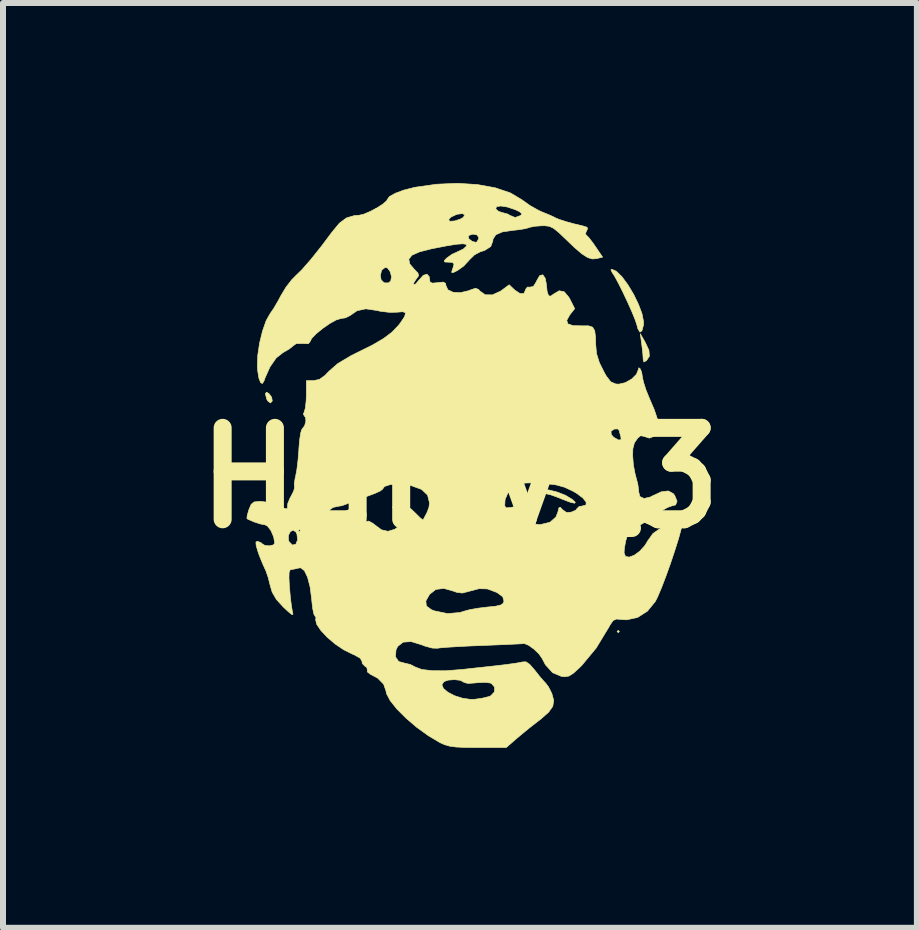
<source format=kicad_pcb>
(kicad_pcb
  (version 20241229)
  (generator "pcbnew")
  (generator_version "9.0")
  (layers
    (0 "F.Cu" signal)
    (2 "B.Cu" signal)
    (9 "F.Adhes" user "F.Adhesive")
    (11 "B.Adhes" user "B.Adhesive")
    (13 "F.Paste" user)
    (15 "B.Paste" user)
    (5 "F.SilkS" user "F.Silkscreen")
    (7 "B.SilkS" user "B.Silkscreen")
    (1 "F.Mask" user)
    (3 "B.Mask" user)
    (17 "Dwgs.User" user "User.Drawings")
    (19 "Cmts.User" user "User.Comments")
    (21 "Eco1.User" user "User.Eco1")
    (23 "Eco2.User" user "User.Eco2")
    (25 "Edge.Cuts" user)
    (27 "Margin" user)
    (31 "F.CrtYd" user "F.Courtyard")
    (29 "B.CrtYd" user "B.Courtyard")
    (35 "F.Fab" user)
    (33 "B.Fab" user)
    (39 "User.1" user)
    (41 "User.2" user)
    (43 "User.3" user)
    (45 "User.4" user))
  (footprint "Harry_3"
    (layer "F.Cu")
    (at 4.616 4.915)
    (property "Reference" "Harry_3" (at 0 0 0) (layer "F.SilkS") (effects (font (size 1.524 1.524) (thickness 0.3))))
    (attr through_hole)
    (fp_poly (pts (xy 2.657 2.56) (xy 2.638 2.579) (xy 2.618 2.56) (xy 2.638 2.54) (xy 2.657 2.56)) (stroke (width 0.01) (type solid)) (fill yes) (layer "F.SilkS"))
    (fp_poly (pts (xy -1.068 0.482) (xy -1.073 0.505) (xy -1.094 0.508) (xy -1.126 0.494) (xy -1.12 0.482) (xy -1.074 0.477) (xy -1.068 0.482)) (stroke (width 0.01) (type solid)) (fill yes) (layer "F.SilkS"))
    (fp_poly (pts (xy -3.015 -0.795) (xy -2.951 -0.755) (xy -2.954 -0.705) (xy -3.017 -0.672) (xy -3.08 -0.693) (xy -3.103 -0.727) (xy -3.118 -0.791) (xy -3.084 -0.808) (xy -3.015 -0.795)) (stroke (width 0.01) (type solid)) (fill yes) (layer "F.SilkS"))
    (fp_poly (pts (xy 1.367 0.381) (xy 1.368 0.391) (xy 1.338 0.429) (xy 1.329 0.43) (xy 1.291 0.4) (xy 1.29 0.391) (xy 1.319 0.353) (xy 1.329 0.352) (xy 1.367 0.381)) (stroke (width 0.01) (type solid)) (fill yes) (layer "F.SilkS"))
    (fp_poly (pts (xy -3.185 -1.407) (xy -3.139 -1.345) (xy -3.128 -1.283) (xy -3.156 -1.251) (xy -3.161 -1.25) (xy -3.203 -1.282) (xy -3.22 -1.312) (xy -3.243 -1.4) (xy -3.226 -1.429) (xy -3.185 -1.407)) (stroke (width 0.01) (type solid)) (fill yes) (layer "F.SilkS"))
    (fp_poly (pts (xy 3.084 -2.266) (xy 3.149 -2.128) (xy 3.157 -2.029) (xy 3.11 -1.957) (xy 3.109 -1.956) (xy 3.064 -1.932) (xy 3.053 -1.976) (xy 3.053 -1.98) (xy 3.048 -2.062) (xy 3.035 -2.182) (xy 3.029 -2.227) (xy 3.005 -2.403) (xy 3.084 -2.266)) (stroke (width 0.01) (type solid)) (fill yes) (layer "F.SilkS"))
    (fp_poly (pts (xy -3.018 -0.202) (xy -3.008 -0.149) (xy -2.997 -0.033) (xy -2.984 0.029) (xy -2.981 0.099) (xy -3.004 0.117) (xy -3.049 0.11) (xy -3.052 0.107) (xy -3.066 0.036) (xy -3.069 -0.064) (xy -3.063 -0.158) (xy -3.049 -0.213) (xy -3.046 -0.216) (xy -3.018 -0.202)) (stroke (width 0.01) (type solid)) (fill yes) (layer "F.SilkS"))
    (fp_poly (pts (xy 1.488 0.202) (xy 1.624 0.237) (xy 1.757 0.289) (xy 1.868 0.356) (xy 1.871 0.358) (xy 1.923 0.407) (xy 1.909 0.422) (xy 1.831 0.403) (xy 1.693 0.35) (xy 1.641 0.328) (xy 1.51 0.281) (xy 1.395 0.255) (xy 1.338 0.255) (xy 1.271 0.257) (xy 1.25 0.238) (xy 1.283 0.199) (xy 1.369 0.188) (xy 1.488 0.202)) (stroke (width 0.01) (type solid)) (fill yes) (layer "F.SilkS"))
    (fp_poly (pts (xy 2.608 -3.443) (xy 2.701 -3.351) (xy 2.799 -3.218) (xy 2.894 -3.06) (xy 2.975 -2.893) (xy 3.034 -2.735) (xy 3.06 -2.602) (xy 3.059 -2.55) (xy 3.032 -2.451) (xy 2.999 -2.43) (xy 2.965 -2.486) (xy 2.949 -2.547) (xy 2.92 -2.635) (xy 2.865 -2.77) (xy 2.793 -2.931) (xy 2.714 -3.098) (xy 2.638 -3.25) (xy 2.574 -3.367) (xy 2.537 -3.423) (xy 2.515 -3.469) (xy 2.53 -3.478) (xy 2.608 -3.443)) (stroke (width 0.01) (type solid)) (fill yes) (layer "F.SilkS"))
    (fp_poly (pts (xy 0.291 -4.889) (xy 0.588 -4.835) (xy 0.84 -4.75) (xy 1.033 -4.635) (xy 1.033 -4.635) (xy 1.166 -4.54) (xy 1.312 -4.458) (xy 1.372 -4.431) (xy 1.483 -4.386) (xy 1.564 -4.349) (xy 1.583 -4.338) (xy 1.649 -4.31) (xy 1.765 -4.272) (xy 1.907 -4.233) (xy 2.045 -4.201) (xy 2.119 -4.177) (xy 2.125 -4.144) (xy 2.112 -4.124) (xy 2.09 -4.066) (xy 2.106 -4.047) (xy 2.149 -4.003) (xy 2.216 -3.916) (xy 2.261 -3.851) (xy 2.377 -3.68) (xy 2.278 -3.655) (xy 2.205 -3.649) (xy 2.127 -3.673) (xy 2.031 -3.735) (xy 1.907 -3.841) (xy 1.76 -3.982) (xy 1.642 -4.094) (xy 1.558 -4.161) (xy 1.487 -4.194) (xy 1.409 -4.203) (xy 1.361 -4.202) (xy 1.246 -4.194) (xy 1.163 -4.177) (xy 1.148 -4.171) (xy 1.088 -4.154) (xy 0.977 -4.136) (xy 0.882 -4.126) (xy 0.706 -4.1) (xy 0.598 -4.053) (xy 0.551 -3.981) (xy 0.547 -3.947) (xy 0.513 -3.856) (xy 0.409 -3.79) (xy 0.341 -3.77) (xy 0.244 -3.719) (xy 0.156 -3.634) (xy 0.153 -3.629) (xy 0.062 -3.531) (xy -0.041 -3.457) (xy -0.118 -3.42) (xy -0.14 -3.427) (xy -0.122 -3.486) (xy -0.117 -3.497) (xy -0.099 -3.568) (xy -0.13 -3.593) (xy -0.185 -3.595) (xy -0.257 -3.599) (xy -0.26 -3.623) (xy -0.222 -3.663) (xy -0.136 -3.725) (xy -0.03 -3.774) (xy 0.059 -3.817) (xy 0.109 -3.865) (xy 0.11 -3.867) (xy 0.102 -3.893) (xy 0.048 -3.902) (xy -0.059 -3.894) (xy -0.226 -3.867) (xy -0.461 -3.821) (xy -0.477 -3.818) (xy -0.676 -3.767) (xy -0.801 -3.711) (xy -0.853 -3.645) (xy -0.836 -3.565) (xy -0.762 -3.478) (xy -0.699 -3.412) (xy -0.69 -3.368) (xy -0.729 -3.315) (xy -0.729 -3.315) (xy -0.77 -3.252) (xy -0.771 -3.22) (xy -0.737 -3.233) (xy -0.686 -3.294) (xy -0.682 -3.299) (xy -0.612 -3.376) (xy -0.55 -3.396) (xy -0.513 -3.355) (xy -0.508 -3.316) (xy -0.498 -3.262) (xy -0.455 -3.246) (xy -0.371 -3.255) (xy -0.279 -3.264) (xy -0.24 -3.243) (xy -0.234 -3.206) (xy -0.201 -3.135) (xy -0.114 -3.094) (xy 0.008 -3.088) (xy 0.144 -3.12) (xy 0.178 -3.134) (xy 0.259 -3.161) (xy 0.31 -3.141) (xy 0.331 -3.115) (xy 0.421 -3.052) (xy 0.541 -3.051) (xy 0.675 -3.112) (xy 0.694 -3.125) (xy 0.82 -3.219) (xy 0.915 -3.129) (xy 1.002 -3.072) (xy 1.067 -3.075) (xy 1.094 -3.137) (xy 1.094 -3.144) (xy 1.124 -3.181) (xy 1.163 -3.179) (xy 1.223 -3.191) (xy 1.273 -3.27) (xy 1.278 -3.284) (xy 1.329 -3.372) (xy 1.381 -3.385) (xy 1.421 -3.327) (xy 1.438 -3.24) (xy 1.453 -3.105) (xy 1.476 -3.037) (xy 1.511 -3.029) (xy 1.557 -3.062) (xy 1.653 -3.119) (xy 1.737 -3.103) (xy 1.815 -3.01) (xy 1.835 -2.974) (xy 1.912 -2.821) (xy 1.83 -2.717) (xy 1.78 -2.627) (xy 1.797 -2.568) (xy 1.884 -2.538) (xy 2.028 -2.535) (xy 2.142 -2.535) (xy 2.211 -2.512) (xy 2.246 -2.452) (xy 2.26 -2.338) (xy 2.262 -2.226) (xy 2.276 -2.071) (xy 2.324 -1.919) (xy 2.412 -1.744) (xy 2.444 -1.69) (xy 2.514 -1.601) (xy 2.596 -1.566) (xy 2.649 -1.563) (xy 2.756 -1.588) (xy 2.863 -1.649) (xy 2.942 -1.728) (xy 2.97 -1.798) (xy 2.98 -1.836) (xy 3.003 -1.819) (xy 3.027 -1.765) (xy 3.039 -1.692) (xy 3.039 -1.691) (xy 3.057 -1.601) (xy 3.099 -1.469) (xy 3.156 -1.329) (xy 3.239 -1.135) (xy 3.287 -0.992) (xy 3.304 -0.886) (xy 3.295 -0.799) (xy 3.283 -0.765) (xy 3.23 -0.693) (xy 3.158 -0.663) (xy 3.095 -0.683) (xy 3.076 -0.713) (xy 3.042 -0.727) (xy 2.973 -0.673) (xy 2.966 -0.667) (xy 2.907 -0.585) (xy 2.881 -0.484) (xy 2.878 -0.371) (xy 2.89 -0.217) (xy 2.919 -0.065) (xy 2.932 -0.017) (xy 2.964 0.104) (xy 2.978 0.209) (xy 2.977 0.226) (xy 2.998 0.31) (xy 3.067 0.343) (xy 3.171 0.319) (xy 3.199 0.304) (xy 3.356 0.231) (xy 3.472 0.217) (xy 3.556 0.262) (xy 3.578 0.291) (xy 3.618 0.388) (xy 3.594 0.45) (xy 3.524 0.469) (xy 3.462 0.491) (xy 3.359 0.549) (xy 3.232 0.633) (xy 3.191 0.662) (xy 3.064 0.749) (xy 2.957 0.81) (xy 2.887 0.837) (xy 2.875 0.836) (xy 2.838 0.858) (xy 2.798 0.936) (xy 2.763 1.048) (xy 2.74 1.171) (xy 2.735 1.248) (xy 2.759 1.309) (xy 2.821 1.32) (xy 2.905 1.288) (xy 2.998 1.22) (xy 3.084 1.124) (xy 3.128 1.051) (xy 3.216 0.927) (xy 3.341 0.84) (xy 3.521 0.782) (xy 3.586 0.768) (xy 3.671 0.756) (xy 3.699 0.777) (xy 3.689 0.845) (xy 3.687 0.851) (xy 3.642 1.016) (xy 3.579 1.215) (xy 3.507 1.43) (xy 3.431 1.642) (xy 3.358 1.832) (xy 3.295 1.981) (xy 3.256 2.059) (xy 3.124 2.221) (xy 2.959 2.326) (xy 2.776 2.365) (xy 2.696 2.36) (xy 2.607 2.352) (xy 2.551 2.378) (xy 2.5 2.453) (xy 2.481 2.488) (xy 2.271 2.834) (xy 2.031 3.124) (xy 1.996 3.159) (xy 1.892 3.254) (xy 1.817 3.302) (xy 1.746 3.314) (xy 1.691 3.308) (xy 1.544 3.246) (xy 1.424 3.114) (xy 1.369 3.009) (xy 1.317 2.934) (xy 1.234 2.854) (xy 1.145 2.79) (xy 1.075 2.761) (xy 1.063 2.761) (xy 1.017 2.765) (xy 0.906 2.77) (xy 0.743 2.778) (xy 0.543 2.786) (xy 0.371 2.793) (xy 0.145 2.802) (xy -0.058 2.813) (xy -0.223 2.823) (xy -0.337 2.833) (xy -0.378 2.839) (xy -0.462 2.836) (xy -0.58 2.804) (xy -0.64 2.781) (xy -0.813 2.728) (xy -0.947 2.737) (xy -1.038 2.808) (xy -1.066 2.866) (xy -1.075 2.981) (xy -1.022 3.06) (xy -0.922 3.087) (xy -0.827 3.109) (xy -0.747 3.151) (xy -0.638 3.192) (xy -0.465 3.213) (xy -0.239 3.214) (xy 0.029 3.193) (xy 0.039 3.192) (xy 0.181 3.176) (xy 0.367 3.156) (xy 0.56 3.135) (xy 0.606 3.13) (xy 0.773 3.11) (xy 0.918 3.09) (xy 1.018 3.073) (xy 1.04 3.067) (xy 1.1 3.065) (xy 1.163 3.108) (xy 1.248 3.206) (xy 1.252 3.211) (xy 1.333 3.314) (xy 1.402 3.393) (xy 1.429 3.421) (xy 1.475 3.482) (xy 1.525 3.581) (xy 1.532 3.596) (xy 1.562 3.708) (xy 1.547 3.806) (xy 1.478 3.904) (xy 1.348 4.019) (xy 1.306 4.051) (xy 1.163 4.162) (xy 1.013 4.285) (xy 0.942 4.345) (xy 0.771 4.494) (xy 0.297 4.494) (xy 0.085 4.492) (xy -0.066 4.485) (xy -0.175 4.47) (xy -0.26 4.445) (xy -0.333 4.412) (xy -0.529 4.295) (xy -0.723 4.155) (xy -0.9 4.003) (xy -1.051 3.852) (xy -1.163 3.712) (xy -1.225 3.594) (xy -1.233 3.55) (xy -1.269 3.447) (xy -0.302 3.447) (xy -0.276 3.509) (xy -0.201 3.572) (xy -0.092 3.629) (xy 0.039 3.671) (xy 0.176 3.691) (xy 0.249 3.689) (xy 0.377 3.67) (xy 0.483 3.644) (xy 0.512 3.632) (xy 0.574 3.566) (xy 0.578 3.488) (xy 0.525 3.427) (xy 0.504 3.418) (xy 0.414 3.407) (xy 0.291 3.413) (xy 0.254 3.417) (xy 0.133 3.425) (xy 0.066 3.408) (xy 0.06 3.402) (xy 0.004 3.373) (xy -0.092 3.362) (xy -0.196 3.37) (xy -0.265 3.394) (xy -0.302 3.447) (xy -1.269 3.447) (xy -1.271 3.439) (xy -1.37 3.338) (xy -1.497 3.27) (xy -1.545 3.232) (xy -1.544 3.204) (xy -1.552 3.159) (xy -1.581 3.141) (xy -1.629 3.092) (xy -1.632 3.059) (xy -1.661 3.006) (xy -1.759 2.95) (xy -1.791 2.937) (xy -1.935 2.866) (xy -2.08 2.768) (xy -2.212 2.656) (xy -2.319 2.542) (xy -2.388 2.439) (xy -2.407 2.359) (xy -2.4 2.339) (xy -2.405 2.307) (xy -2.415 2.306) (xy -2.435 2.27) (xy -2.455 2.175) (xy -2.469 2.051) (xy -0.569 2.051) (xy -0.56 2.134) (xy -0.475 2.197) (xy -0.429 2.215) (xy -0.207 2.261) (xy 0.000044 2.243) (xy 0.066 2.222) (xy 0.161 2.196) (xy 0.303 2.171) (xy 0.449 2.153) (xy 0.595 2.138) (xy 0.68 2.118) (xy 0.721 2.089) (xy 0.733 2.052) (xy 0.713 1.981) (xy 0.627 1.917) (xy 0.604 1.905) (xy 0.457 1.85) (xy 0.318 1.846) (xy 0.155 1.889) (xy 0.039 1.919) (xy -0.057 1.906) (xy -0.099 1.89) (xy -0.27 1.841) (xy -0.404 1.859) (xy -0.507 1.941) (xy -0.569 2.051) (xy -2.469 2.051) (xy -2.47 2.041) (xy -2.472 2.017) (xy -2.498 1.817) (xy -2.54 1.656) (xy -2.592 1.547) (xy -2.652 1.499) (xy -2.683 1.501) (xy -2.774 1.522) (xy -2.802 1.524) (xy -2.832 1.535) (xy -2.848 1.578) (xy -2.85 1.669) (xy -2.842 1.821) (xy -2.841 1.827) (xy -2.827 1.987) (xy -2.81 2.127) (xy -2.794 2.221) (xy -2.792 2.227) (xy -2.783 2.273) (xy -2.802 2.277) (xy -2.857 2.233) (xy -2.943 2.153) (xy -3.06 2.025) (xy -3.13 1.904) (xy -3.164 1.788) (xy -3.197 1.657) (xy -3.236 1.545) (xy -3.252 1.511) (xy -3.292 1.423) (xy -3.342 1.299) (xy -3.363 1.241) (xy -3.397 1.127) (xy -3.401 1.07) (xy -3.376 1.055) (xy -3.312 1.082) (xy -3.302 1.094) (xy -3.251 1.125) (xy -3.174 1.132) (xy -3.108 1.116) (xy -3.087 1.087) (xy -3.105 0.984) (xy -3.115 0.96) (xy -2.859 0.96) (xy -2.859 1.036) (xy -2.848 1.063) (xy -2.792 1.119) (xy -2.736 1.105) (xy -2.706 1.032) (xy -2.717 0.938) (xy -2.736 0.899) (xy -2.769 0.879) (xy -2.696 0.879) (xy -2.677 0.899) (xy -2.657 0.879) (xy -2.677 0.86) (xy -2.696 0.879) (xy -2.769 0.879) (xy -2.783 0.87) (xy -2.829 0.898) (xy -2.859 0.96) (xy -3.115 0.96) (xy -3.149 0.881) (xy -3.205 0.805) (xy -3.249 0.782) (xy -3.328 0.767) (xy -3.435 0.732) (xy -3.529 0.691) (xy -3.55 0.679) (xy -3.548 0.64) (xy -3.542 0.616) (xy -2.227 0.616) (xy -2.212 0.683) (xy -2.157 0.723) (xy -2.05 0.748) (xy -1.91 0.762) (xy -1.765 0.765) (xy -1.646 0.754) (xy -1.595 0.739) (xy -1.522 0.719) (xy -1.451 0.757) (xy -1.432 0.773) (xy -1.308 0.865) (xy -1.199 0.89) (xy -1.085 0.855) (xy -1.082 0.853) (xy -0.962 0.76) (xy -0.917 0.646) (xy -0.922 0.576) (xy -0.925 0.492) (xy -0.887 0.473) (xy -0.813 0.519) (xy -0.737 0.592) (xy -0.666 0.663) (xy -0.621 0.698) (xy -0.614 0.699) (xy -0.549 0.576) (xy -0.517 0.491) (xy -0.514 0.469) (xy 0.746 0.469) (xy 0.772 0.499) (xy 0.848 0.492) (xy 0.871 0.487) (xy 0.962 0.476) (xy 1.005 0.502) (xy 1.028 0.58) (xy 1.029 0.584) (xy 1.087 0.695) (xy 1.194 0.762) (xy 1.336 0.779) (xy 1.492 0.741) (xy 1.505 0.735) (xy 1.599 0.652) (xy 1.63 0.573) (xy 1.65 0.497) (xy 1.673 0.489) (xy 1.704 0.526) (xy 1.775 0.576) (xy 1.854 0.571) (xy 1.928 0.539) (xy 1.954 0.507) (xy 1.987 0.476) (xy 2.035 0.469) (xy 2.1 0.451) (xy 2.103 0.404) (xy 2.05 0.336) (xy 1.948 0.259) (xy 1.881 0.22) (xy 1.742 0.155) (xy 1.6 0.116) (xy 1.424 0.094) (xy 1.354 0.089) (xy 1.19 0.082) (xy 1.08 0.086) (xy 1.001 0.105) (xy 0.927 0.144) (xy 0.899 0.163) (xy 0.797 0.254) (xy 0.753 0.357) (xy 0.75 0.385) (xy 0.746 0.469) (xy -0.514 0.469) (xy -0.508 0.417) (xy -0.508 0.415) (xy -0.54 0.286) (xy -0.639 0.192) (xy -0.806 0.131) (xy -0.871 0.118) (xy -1.033 0.104) (xy -1.168 0.113) (xy -1.259 0.143) (xy -1.29 0.187) (xy -1.324 0.215) (xy -1.414 0.257) (xy -1.541 0.304) (xy -1.553 0.308) (xy -1.695 0.358) (xy -1.814 0.402) (xy -1.885 0.433) (xy -1.885 0.433) (xy -1.97 0.464) (xy -2.007 0.469) (xy -2.114 0.491) (xy -2.191 0.546) (xy -2.227 0.616) (xy -3.542 0.616) (xy -3.526 0.555) (xy -3.518 0.53) (xy -3.48 0.44) (xy -3.429 0.4) (xy -3.334 0.391) (xy -3.317 0.391) (xy -3.179 0.41) (xy -3.035 0.457) (xy -3.009 0.469) (xy -2.912 0.512) (xy -2.874 0.513) (xy -2.876 0.493) (xy -2.87 0.427) (xy -2.831 0.332) (xy -2.818 0.31) (xy -2.772 0.22) (xy -2.756 0.158) (xy -2.759 0.15) (xy -2.762 0.095) (xy -2.746 -0.001) (xy -2.739 -0.028) (xy -2.718 -0.141) (xy -2.699 -0.299) (xy -2.685 -0.47) (xy -2.685 -0.482) (xy -2.673 -0.63) (xy -2.655 -0.746) (xy -2.646 -0.776) (xy 2.517 -0.776) (xy 2.522 -0.721) (xy 2.561 -0.678) (xy 2.644 -0.631) (xy 2.686 -0.638) (xy 2.681 -0.687) (xy 2.66 -0.761) (xy 2.657 -0.785) (xy 2.629 -0.817) (xy 2.57 -0.814) (xy 2.519 -0.779) (xy 2.517 -0.776) (xy -2.646 -0.776) (xy -2.635 -0.81) (xy -2.63 -0.815) (xy -2.589 -0.87) (xy -2.568 -0.947) (xy -2.574 -1.011) (xy -2.59 -1.026) (xy -2.611 -1.064) (xy -2.597 -1.096) (xy -2.577 -1.164) (xy -2.564 -1.281) (xy -2.56 -1.387) (xy -2.56 -1.622) (xy -2.44 -1.622) (xy -2.344 -1.641) (xy -2.25 -1.708) (xy -2.186 -1.775) (xy -2.039 -1.904) (xy -1.818 -2.036) (xy -1.7 -2.095) (xy -1.456 -2.216) (xy -1.271 -2.325) (xy -1.132 -2.43) (xy -1.024 -2.543) (xy -0.993 -2.583) (xy -0.922 -2.69) (xy -0.907 -2.75) (xy -0.952 -2.77) (xy -1.045 -2.762) (xy -1.173 -2.759) (xy -1.325 -2.777) (xy -1.387 -2.791) (xy -1.571 -2.818) (xy -1.716 -2.786) (xy -1.83 -2.707) (xy -1.907 -2.668) (xy -1.982 -2.657) (xy -2.06 -2.634) (xy -2.169 -2.574) (xy -2.287 -2.492) (xy -2.395 -2.404) (xy -2.472 -2.324) (xy -2.499 -2.271) (xy -2.526 -2.236) (xy -2.61 -2.239) (xy -2.615 -2.24) (xy -2.729 -2.238) (xy -2.776 -2.205) (xy -2.844 -2.15) (xy -2.943 -2.092) (xy -2.952 -2.087) (xy -3.063 -1.999) (xy -3.166 -1.851) (xy -3.25 -1.663) (xy -3.262 -1.625) (xy -3.292 -1.573) (xy -3.323 -1.588) (xy -3.351 -1.662) (xy -3.371 -1.784) (xy -3.377 -1.861) (xy -3.37 -2.043) (xy -3.34 -2.247) (xy -3.291 -2.447) (xy -3.231 -2.619) (xy -3.166 -2.735) (xy -3.104 -2.825) (xy -3.03 -2.952) (xy -2.982 -3.042) (xy -2.9 -3.178) (xy -2.806 -3.3) (xy -2.752 -3.355) (xy -2.732 -3.375) (xy -1.327 -3.375) (xy -1.314 -3.3) (xy -1.262 -3.251) (xy -1.192 -3.25) (xy -1.154 -3.281) (xy -1.141 -3.353) (xy -1.162 -3.436) (xy -1.206 -3.497) (xy -1.245 -3.509) (xy -1.305 -3.463) (xy -1.327 -3.375) (xy -2.732 -3.375) (xy -2.634 -3.47) (xy -2.483 -3.643) (xy -2.306 -3.865) (xy -2.185 -4.027) (xy 0.138 -4.027) (xy 0.148 -3.985) (xy 0.2 -3.944) (xy 0.261 -3.927) (xy 0.282 -3.933) (xy 0.31 -3.984) (xy 0.313 -4.008) (xy 0.282 -4.05) (xy 0.216 -4.063) (xy 0.153 -4.043) (xy 0.138 -4.027) (xy -2.185 -4.027) (xy -2.133 -4.096) (xy -2.008 -4.247) (xy -1.931 -4.304) (xy -0.189 -4.304) (xy -0.171 -4.277) (xy -0.095 -4.282) (xy -0.092 -4.282) (xy 0.002 -4.312) (xy 0.056 -4.342) (xy 0.079 -4.385) (xy 0.041 -4.405) (xy -0.041 -4.395) (xy -0.064 -4.388) (xy -0.152 -4.346) (xy -0.189 -4.304) (xy -1.931 -4.304) (xy -1.888 -4.335) (xy -1.756 -4.373) (xy -1.685 -4.377) (xy -1.605 -4.395) (xy -1.496 -4.441) (xy -1.415 -4.484) (xy 0.596 -4.484) (xy 0.643 -4.442) (xy 0.706 -4.422) (xy 0.795 -4.398) (xy 0.838 -4.373) (xy 0.92 -4.34) (xy 1.013 -4.374) (xy 1.032 -4.404) (xy 0.989 -4.439) (xy 0.92 -4.471) (xy 0.789 -4.515) (xy 0.68 -4.532) (xy 0.61 -4.521) (xy 0.596 -4.484) (xy -1.415 -4.484) (xy -1.38 -4.502) (xy -1.281 -4.567) (xy -1.22 -4.621) (xy -1.211 -4.641) (xy -1.175 -4.69) (xy -1.078 -4.744) (xy -0.935 -4.797) (xy -0.762 -4.841) (xy -0.742 -4.845) (xy -0.388 -4.895) (xy -0.039 -4.91) (xy 0.291 -4.889)) (stroke (width 0.01) (type solid)) (fill yes) (layer "F.SilkS")))
  (gr_rect
    (start -3 -3)
    (end 12.231 12.413)
    (stroke (width 0.1) (type default))
    (fill no)
    (layer "Edge.Cuts")))
</source>
